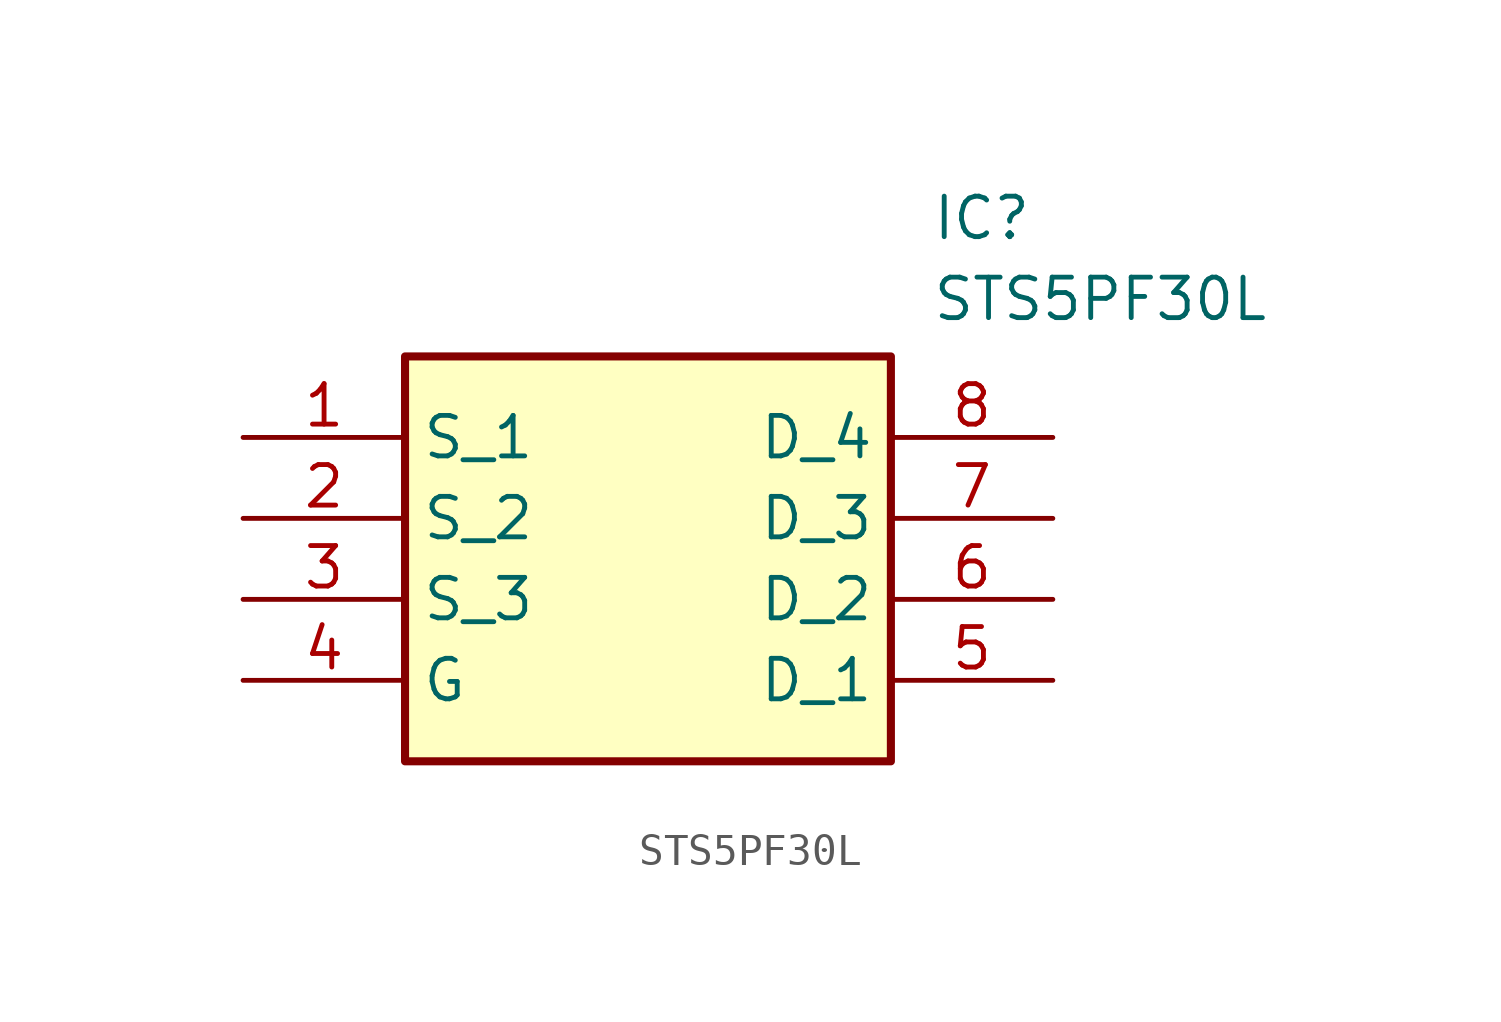
<source format=kicad_sym>
(kicad_symbol_lib
  (version 20211014)
  (generator SamacSys_ECAD_Model)
  (symbol "STS5PF30L"
    (property "Reference" "IC"
      (at 21.59 7.62 0)
      (effects (font (size 1.27 1.27)) (justify left top)))
    (property "Value" "STS5PF30L"
      (at 21.59 5.08 0)
      (effects (font (size 1.27 1.27)) (justify left top)))
    (rectangle
      (start 5.08 2.54)
      (end 20.32 -10.16)
      (stroke (width 0.254) (type default))
      (fill (type background)))
    (pin passive line
      (at 0 0 0)
      (length 5.08)
      (name "S_1" (effects (font (size 1.27 1.27))))
      (number "1" (effects (font (size 1.27 1.27)))))
    (pin passive line
      (at 0 -2.54 0)
      (length 5.08)
      (name "S_2" (effects (font (size 1.27 1.27))))
      (number "2" (effects (font (size 1.27 1.27)))))
    (pin passive line
      (at 0 -5.08 0)
      (length 5.08)
      (name "S_3" (effects (font (size 1.27 1.27))))
      (number "3" (effects (font (size 1.27 1.27)))))
    (pin passive line
      (at 0 -7.62 0)
      (length 5.08)
      (name "G" (effects (font (size 1.27 1.27))))
      (number "4" (effects (font (size 1.27 1.27)))))
    (pin passive line
      (at 25.4 0 180)
      (length 5.08)
      (name "D_4" (effects (font (size 1.27 1.27))))
      (number "8" (effects (font (size 1.27 1.27)))))
    (pin passive line
      (at 25.4 -2.54 180)
      (length 5.08)
      (name "D_3" (effects (font (size 1.27 1.27))))
      (number "7" (effects (font (size 1.27 1.27)))))
    (pin passive line
      (at 25.4 -5.08 180)
      (length 5.08)
      (name "D_2" (effects (font (size 1.27 1.27))))
      (number "6" (effects (font (size 1.27 1.27)))))
    (pin passive line
      (at 25.4 -7.62 180)
      (length 5.08)
      (name "D_1" (effects (font (size 1.27 1.27))))
      (number "5" (effects (font (size 1.27 1.27)))))))
</source>
